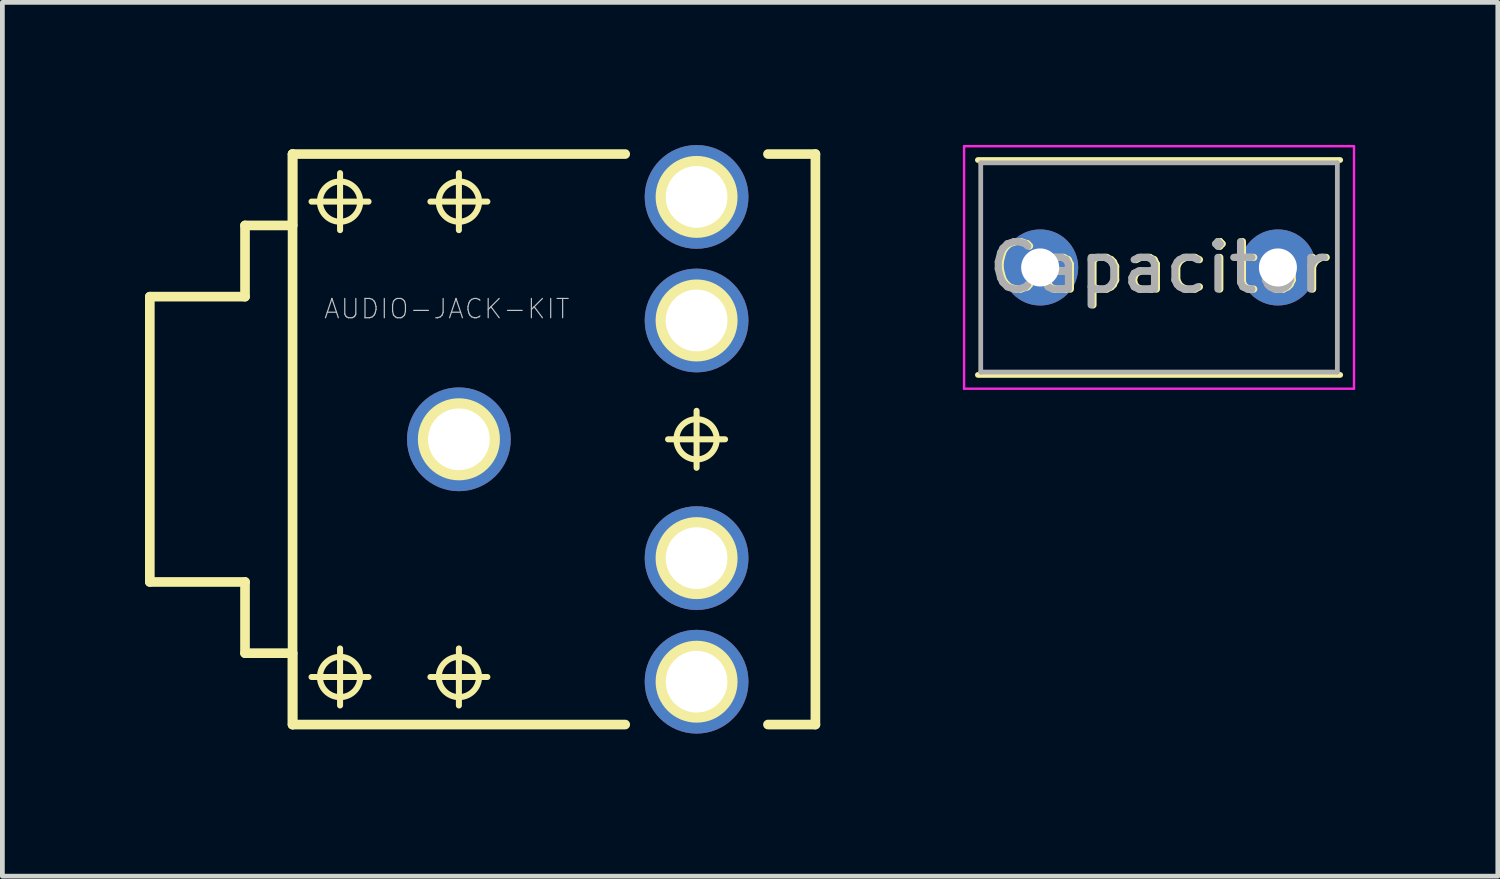
<source format=kicad_pcb>
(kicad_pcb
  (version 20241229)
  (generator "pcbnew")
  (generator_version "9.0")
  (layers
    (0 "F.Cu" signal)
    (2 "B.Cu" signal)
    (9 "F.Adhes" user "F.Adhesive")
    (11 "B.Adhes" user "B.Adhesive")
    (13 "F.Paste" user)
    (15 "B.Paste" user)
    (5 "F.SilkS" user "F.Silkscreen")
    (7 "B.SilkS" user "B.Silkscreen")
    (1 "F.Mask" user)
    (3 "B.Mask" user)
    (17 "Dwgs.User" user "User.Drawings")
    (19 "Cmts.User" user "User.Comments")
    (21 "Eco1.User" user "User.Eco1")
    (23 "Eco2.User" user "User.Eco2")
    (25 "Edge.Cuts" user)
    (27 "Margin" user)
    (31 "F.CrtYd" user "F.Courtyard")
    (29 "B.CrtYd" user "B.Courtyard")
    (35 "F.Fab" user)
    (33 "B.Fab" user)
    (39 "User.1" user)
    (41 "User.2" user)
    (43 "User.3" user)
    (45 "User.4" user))
  (footprint "Capacitor"
    (layer "F.Cu")
    (at 18.826 2.575)
    (property "Reference" "Capacitor" (at 2.54 0 0) (layer "F.SilkS") (effects (font (size 1 1) (thickness 0.15))))
    (attr through_hole)
    (fp_line (start -1.31 -2.26) (end 6.31 -2.26) (stroke (width 0.12) (type solid)) (layer "F.SilkS"))
    (fp_line (start -1.31 2.26) (end 6.31 2.26) (stroke (width 0.12) (type solid)) (layer "F.SilkS"))
    (fp_line (start -1.6 -2.55) (end -1.6 2.55) (stroke (width 0.05) (type solid)) (layer "F.CrtYd"))
    (fp_line (start -1.6 2.55) (end 6.6 2.55) (stroke (width 0.05) (type solid)) (layer "F.CrtYd"))
    (fp_line (start 6.6 -2.55) (end -1.6 -2.55) (stroke (width 0.05) (type solid)) (layer "F.CrtYd"))
    (fp_line (start 6.6 2.55) (end 6.6 -2.55) (stroke (width 0.05) (type solid)) (layer "F.CrtYd"))
    (fp_line (start -1.25 -2.2) (end -1.25 2.2) (stroke (width 0.1) (type solid)) (layer "F.Fab"))
    (fp_line (start -1.25 2.2) (end 6.25 2.2) (stroke (width 0.1) (type solid)) (layer "F.Fab"))
    (fp_line (start 6.25 -2.2) (end -1.25 -2.2) (stroke (width 0.1) (type solid)) (layer "F.Fab"))
    (fp_line (start 6.25 2.2) (end 6.25 -2.2) (stroke (width 0.1) (type solid)) (layer "F.Fab"))
    (fp_text user "${REFERENCE}" (at 2.5 0 0) (layer "F.Fab") (effects (font (size 1 1) (thickness 0.15))))
    (pad "1" thru_hole circle (at 0 0) (size 1.6 1.6) (drill 0.8) (layers "*.Cu" "*.Mask"))
    (pad "2" thru_hole circle (at 5 0) (size 1.6 1.6) (drill 0.8) (layers "*.Cu" "*.Mask")))
  (footprint "AUDIO-JACK-KIT"
    (layer "F.Cu")
    (at 6.601 6.189)
    (property "Reference" "AUDIO-JACK-KIT" (at -0.254 -2.743 0) (layer "Dwgs.User") (effects (font (size 0.406 0.406) (thickness 0.025))))
    (attr exclude_from_pos_files exclude_from_bom)
    (fp_line (start -6.5 -3) (end -6.5 3) (stroke (width 0.203) (type solid)) (layer "F.SilkS"))
    (fp_line (start -6.5 -3) (end -4.498 -3) (stroke (width 0.203) (type solid)) (layer "F.SilkS"))
    (fp_line (start -6.5 3) (end -4.498 3) (stroke (width 0.203) (type solid)) (layer "F.SilkS"))
    (fp_line (start -4.498 -4.498) (end -4.498 -3) (stroke (width 0.203) (type solid)) (layer "F.SilkS"))
    (fp_line (start -4.498 -4.498) (end -3.498 -4.498) (stroke (width 0.203) (type solid)) (layer "F.SilkS"))
    (fp_line (start -4.498 3) (end -4.498 4.498) (stroke (width 0.203) (type solid)) (layer "F.SilkS"))
    (fp_line (start -4.498 4.498) (end -3.498 4.498) (stroke (width 0.203) (type solid)) (layer "F.SilkS"))
    (fp_line (start -3.498 -5.999) (end -3.498 -4.498) (stroke (width 0.203) (type solid)) (layer "F.SilkS"))
    (fp_line (start -3.498 -5.999) (end -3.498 5.999) (stroke (width 0.203) (type solid)) (layer "F.SilkS"))
    (fp_line (start -3.498 -5.999) (end 3.498 -5.999) (stroke (width 0.203) (type solid)) (layer "F.SilkS"))
    (fp_line (start -3.498 4.498) (end -3.498 5.999) (stroke (width 0.203) (type solid)) (layer "F.SilkS"))
    (fp_line (start -3.498 5.999) (end 3.498 5.999) (stroke (width 0.203) (type solid)) (layer "F.SilkS"))
    (fp_line (start -3.099 -4.999) (end -1.9 -4.999) (stroke (width 0.127) (type solid)) (layer "F.SilkS"))
    (fp_line (start -3.099 4.999) (end -1.9 4.999) (stroke (width 0.127) (type solid)) (layer "F.SilkS"))
    (fp_line (start -2.499 -4.399) (end -2.499 -5.598) (stroke (width 0.127) (type solid)) (layer "F.SilkS"))
    (fp_line (start -2.499 5.598) (end -2.499 4.399) (stroke (width 0.127) (type solid)) (layer "F.SilkS"))
    (fp_line (start -0.599 -4.999) (end 0.599 -4.999) (stroke (width 0.127) (type solid)) (layer "F.SilkS"))
    (fp_line (start -0.599 4.999) (end 0.599 4.999) (stroke (width 0.127) (type solid)) (layer "F.SilkS"))
    (fp_line (start 0 -4.399) (end 0 -5.598) (stroke (width 0.127) (type solid)) (layer "F.SilkS"))
    (fp_line (start 0 5.598) (end 0 4.399) (stroke (width 0.127) (type solid)) (layer "F.SilkS"))
    (fp_line (start 4.399 0) (end 5.598 0) (stroke (width 0.127) (type solid)) (layer "F.SilkS"))
    (fp_line (start 4.999 0.599) (end 4.999 -0.599) (stroke (width 0.127) (type solid)) (layer "F.SilkS"))
    (fp_line (start 7.498 -5.999) (end 6.5 -5.999) (stroke (width 0.203) (type solid)) (layer "F.SilkS"))
    (fp_line (start 7.498 -5.999) (end 7.498 5.999) (stroke (width 0.203) (type solid)) (layer "F.SilkS"))
    (fp_line (start 7.498 5.999) (end 6.5 5.999) (stroke (width 0.203) (type solid)) (layer "F.SilkS"))
    (fp_circle (center -2.499 -4.999) (end -2.799 -5.298) (stroke (width 0.127) (type solid)) (fill no) (layer "F.SilkS"))
    (fp_circle (center -2.499 4.999) (end -2.799 5.298) (stroke (width 0.127) (type solid)) (fill no) (layer "F.SilkS"))
    (fp_circle (center 0 -4.999) (end -0.3 -5.298) (stroke (width 0.127) (type solid)) (fill no) (layer "F.SilkS"))
    (fp_circle (center 0 0) (end -0.61 0.61) (stroke (width 0) (type solid)) (fill yes) (layer "F.SilkS"))
    (fp_circle (center 0 0) (end -0.33 0.33) (stroke (width 0) (type solid)) (fill yes) (layer "F.SilkS"))
    (fp_circle (center 0 4.999) (end -0.3 5.298) (stroke (width 0.127) (type solid)) (fill no) (layer "F.SilkS"))
    (fp_circle (center 4.999 -5.098) (end 5.329 -5.428) (stroke (width 0) (type solid)) (fill yes) (layer "F.SilkS"))
    (fp_circle (center 4.999 -5.098) (end 5.608 -5.707) (stroke (width 0) (type solid)) (fill yes) (layer "F.SilkS"))
    (fp_circle (center 4.999 -2.499) (end 5.329 -2.83) (stroke (width 0) (type solid)) (fill yes) (layer "F.SilkS"))
    (fp_circle (center 4.999 -2.499) (end 5.608 -3.109) (stroke (width 0) (type solid)) (fill yes) (layer "F.SilkS"))
    (fp_circle (center 4.999 0) (end 5.298 0.3) (stroke (width 0.127) (type solid)) (fill no) (layer "F.SilkS"))
    (fp_circle (center 4.999 2.499) (end 5.329 2.83) (stroke (width 0) (type solid)) (fill yes) (layer "F.SilkS"))
    (fp_circle (center 4.999 2.499) (end 5.608 3.109) (stroke (width 0) (type solid)) (fill yes) (layer "F.SilkS"))
    (fp_circle (center 4.999 5.098) (end 5.329 5.428) (stroke (width 0) (type solid)) (fill yes) (layer "F.SilkS"))
    (fp_circle (center 4.999 5.098) (end 5.608 5.707) (stroke (width 0) (type solid)) (fill yes) (layer "F.SilkS"))
    (pad "RING" thru_hole circle (at 4.999 -5.098) (size 2.182 2.182) (drill 1.298) (layers "*.Cu" "*.Mask"))
    (pad "RSH" thru_hole circle (at 4.999 -2.499) (size 2.182 2.182) (drill 1.298) (layers "*.Cu" "*.Mask"))
    (pad "SLEE" thru_hole circle (at 0 0) (size 2.182 2.182) (drill 1.298) (layers "*.Cu" "*.Mask"))
    (pad "TIP" thru_hole circle (at 4.999 5.098) (size 2.182 2.182) (drill 1.298) (layers "*.Cu" "*.Mask"))
    (pad "TSH" thru_hole circle (at 4.999 2.499) (size 2.182 2.182) (drill 1.298) (layers "*.Cu" "*.Mask")))
  (gr_rect
    (start -3 -3)
    (end 28.451 15.377)
    (stroke (width 0.1) (type default))
    (fill no)
    (layer "Edge.Cuts")))
</source>
